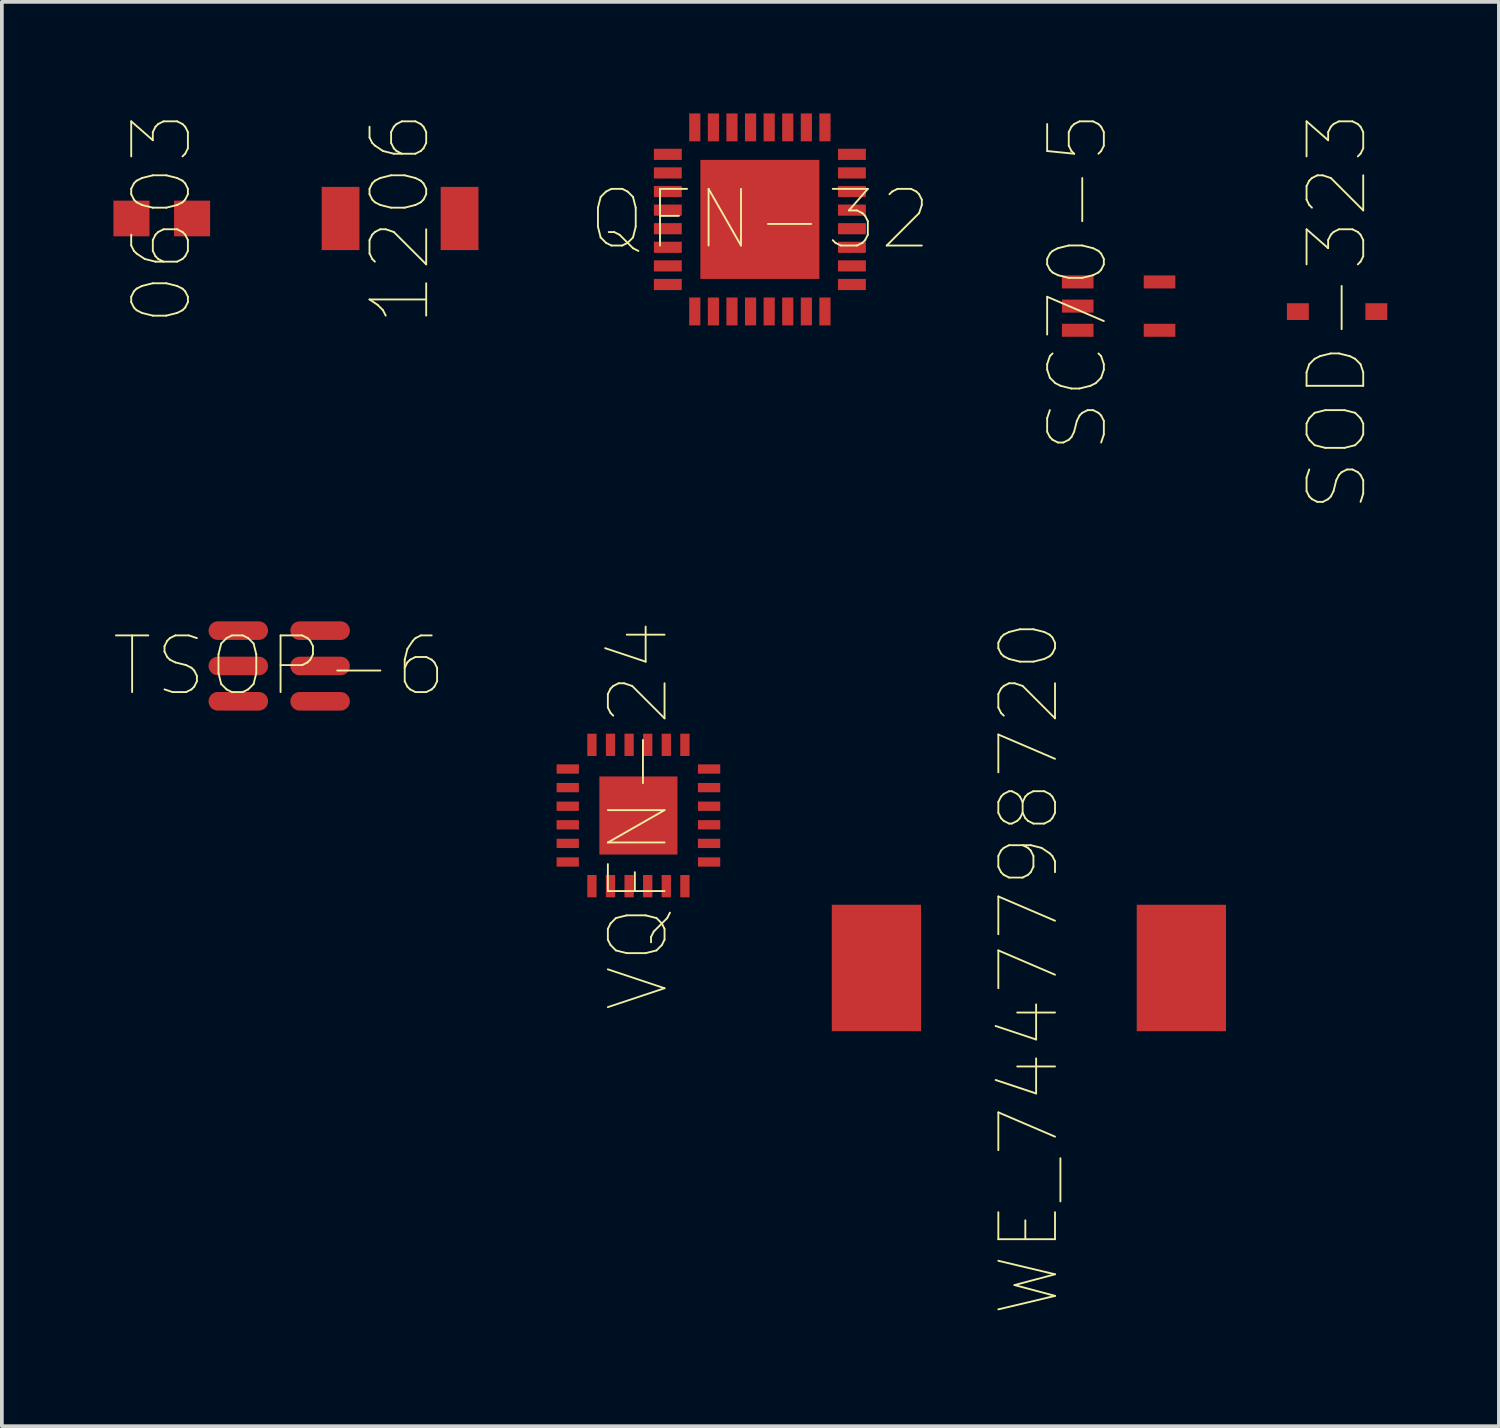
<source format=kicad_pcb>
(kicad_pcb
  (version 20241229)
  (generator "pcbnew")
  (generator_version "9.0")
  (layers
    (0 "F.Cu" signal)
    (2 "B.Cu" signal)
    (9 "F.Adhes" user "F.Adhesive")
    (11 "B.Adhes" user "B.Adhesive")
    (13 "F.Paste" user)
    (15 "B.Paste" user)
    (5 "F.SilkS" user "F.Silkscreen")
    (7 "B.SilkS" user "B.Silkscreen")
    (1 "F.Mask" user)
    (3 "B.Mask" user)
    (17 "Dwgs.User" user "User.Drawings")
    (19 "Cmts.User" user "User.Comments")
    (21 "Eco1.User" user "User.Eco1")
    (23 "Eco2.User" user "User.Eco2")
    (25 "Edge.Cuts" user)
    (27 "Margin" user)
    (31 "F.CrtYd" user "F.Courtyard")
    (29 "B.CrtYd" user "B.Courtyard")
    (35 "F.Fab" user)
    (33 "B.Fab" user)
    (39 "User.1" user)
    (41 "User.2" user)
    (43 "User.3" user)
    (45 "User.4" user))
  (footprint "QFN-32"
    (layer "F.Cu")
    (at 17.383 2.85)
    (property "Reference" "QFN-32" (at 0 0 0) (layer "F.SilkS") (effects (font (size 1.524 1.524) (thickness 0.05))))
    (attr smd)
    (pad "1" smd rect (at -2.475 -1.75 90) (size 0.3 0.75) (layers "F.Cu" "F.Mask" "F.Paste"))
    (pad "2" smd rect (at -2.475 -1.25 90) (size 0.3 0.75) (layers "F.Cu" "F.Mask" "F.Paste"))
    (pad "3" smd rect (at -2.475 -0.75 90) (size 0.3 0.75) (layers "F.Cu" "F.Mask" "F.Paste"))
    (pad "4" smd rect (at -2.475 -0.25 90) (size 0.3 0.75) (layers "F.Cu" "F.Mask" "F.Paste"))
    (pad "5" smd rect (at -2.475 0.25 90) (size 0.3 0.75) (layers "F.Cu" "F.Mask" "F.Paste"))
    (pad "6" smd rect (at -2.475 0.75 90) (size 0.3 0.75) (layers "F.Cu" "F.Mask" "F.Paste"))
    (pad "7" smd rect (at -2.475 1.25 90) (size 0.3 0.75) (layers "F.Cu" "F.Mask" "F.Paste"))
    (pad "8" smd rect (at -2.475 1.75 90) (size 0.3 0.75) (layers "F.Cu" "F.Mask" "F.Paste"))
    (pad "9" smd rect (at -1.75 2.475) (size 0.3 0.75) (layers "F.Cu" "F.Mask" "F.Paste"))
    (pad "10" smd rect (at -1.25 2.475) (size 0.3 0.75) (layers "F.Cu" "F.Mask" "F.Paste"))
    (pad "11" smd rect (at -0.75 2.475) (size 0.3 0.75) (layers "F.Cu" "F.Mask" "F.Paste"))
    (pad "12" smd rect (at -0.25 2.475) (size 0.3 0.75) (layers "F.Cu" "F.Mask" "F.Paste"))
    (pad "13" smd rect (at 0.25 2.475) (size 0.3 0.75) (layers "F.Cu" "F.Mask" "F.Paste"))
    (pad "14" smd rect (at 0.75 2.475) (size 0.3 0.75) (layers "F.Cu" "F.Mask" "F.Paste"))
    (pad "15" smd rect (at 1.25 2.475) (size 0.3 0.75) (layers "F.Cu" "F.Mask" "F.Paste"))
    (pad "16" smd rect (at 1.75 2.475) (size 0.3 0.75) (layers "F.Cu" "F.Mask" "F.Paste"))
    (pad "17" smd rect (at 2.475 1.75 90) (size 0.3 0.75) (layers "F.Cu" "F.Mask" "F.Paste"))
    (pad "18" smd rect (at 2.475 1.25 90) (size 0.3 0.75) (layers "F.Cu" "F.Mask" "F.Paste"))
    (pad "19" smd rect (at 2.475 0.75 90) (size 0.3 0.75) (layers "F.Cu" "F.Mask" "F.Paste"))
    (pad "20" smd rect (at 2.475 0.25 90) (size 0.3 0.75) (layers "F.Cu" "F.Mask" "F.Paste"))
    (pad "21" smd rect (at 2.475 -0.25 90) (size 0.3 0.75) (layers "F.Cu" "F.Mask" "F.Paste"))
    (pad "22" smd rect (at 2.475 -0.75 90) (size 0.3 0.75) (layers "F.Cu" "F.Mask" "F.Paste"))
    (pad "23" smd rect (at 2.475 -1.25 90) (size 0.3 0.75) (layers "F.Cu" "F.Mask" "F.Paste"))
    (pad "24" smd rect (at 2.475 -1.75 90) (size 0.3 0.75) (layers "F.Cu" "F.Mask" "F.Paste"))
    (pad "25" smd rect (at 1.75 -2.475) (size 0.3 0.75) (layers "F.Cu" "F.Mask" "F.Paste"))
    (pad "26" smd rect (at 1.25 -2.475) (size 0.3 0.75) (layers "F.Cu" "F.Mask" "F.Paste"))
    (pad "27" smd rect (at 0.75 -2.475) (size 0.3 0.75) (layers "F.Cu" "F.Mask" "F.Paste"))
    (pad "28" smd rect (at 0.25 -2.475) (size 0.3 0.75) (layers "F.Cu" "F.Mask" "F.Paste"))
    (pad "29" smd rect (at -0.25 -2.475) (size 0.3 0.75) (layers "F.Cu" "F.Mask" "F.Paste"))
    (pad "30" smd rect (at -0.75 -2.475) (size 0.3 0.75) (layers "F.Cu" "F.Mask" "F.Paste"))
    (pad "31" smd rect (at -1.25 -2.475) (size 0.3 0.75) (layers "F.Cu" "F.Mask" "F.Paste"))
    (pad "32" smd rect (at -1.75 -2.475) (size 0.3 0.75) (layers "F.Cu" "F.Mask" "F.Paste"))
    (pad "33" smd rect (at 0 0) (size 3.2 3.2) (layers "F.Cu" "F.Mask" "F.Paste")))
  (footprint "SOD-323"
    (layer "F.Cu")
    (at 32.905 5.329)
    (property "Reference" "SOD-323" (at 0 0 270) (layer "F.SilkS") (effects (font (size 1.524 1.524) (thickness 0.05))))
    (attr smd)
    (pad "A" smd rect (at 1.055 0 90) (size 0.45 0.59) (layers "F.Cu" "F.Mask" "F.Paste"))
    (pad "C" smd rect (at -1.055 0 90) (size 0.45 0.59) (layers "F.Cu" "F.Mask" "F.Paste")))
  (footprint "TSOP-6"
    (layer "F.Cu")
    (at 4.458 14.858)
    (property "Reference" "TSOP-6" (at 0 0 180) (layer "F.SilkS") (effects (font (size 1.524 1.524) (thickness 0.05))))
    (attr smd)
    (pad "1" smd oval (at -1.1 -0.95 90) (size 0.5 1.6) (layers "F.Cu" "F.Mask" "F.Paste"))
    (pad "2" smd oval (at -1.1 0 90) (size 0.5 1.6) (layers "F.Cu" "F.Mask" "F.Paste"))
    (pad "3" smd oval (at -1.1 0.95 90) (size 0.5 1.6) (layers "F.Cu" "F.Mask" "F.Paste"))
    (pad "4" smd oval (at 1.1 0.95 90) (size 0.5 1.6) (layers "F.Cu" "F.Mask" "F.Paste"))
    (pad "5" smd oval (at 1.1 0 90) (size 0.5 1.6) (layers "F.Cu" "F.Mask" "F.Paste"))
    (pad "6" smd oval (at 1.1 -0.95 90) (size 0.5 1.6) (layers "F.Cu" "F.Mask" "F.Paste")))
  (footprint "VQFN-24"
    (layer "F.Cu")
    (at 14.117 18.879)
    (property "Reference" "VQFN-24" (at 0 0 270) (layer "F.SilkS") (effects (font (size 1.524 1.524) (thickness 0.05))))
    (attr smd)
    (pad "0" smd rect (at 0 -0.00001) (size 2.1 2.1) (layers "F.Cu" "F.Mask" "F.Paste"))
    (pad "1" smd rect (at -1.9 -1.25 90) (size 0.25 0.6) (layers "F.Cu" "F.Mask" "F.Paste"))
    (pad "2" smd rect (at -1.9 -0.75 90) (size 0.25 0.6) (layers "F.Cu" "F.Mask" "F.Paste"))
    (pad "3" smd rect (at -1.9 -0.25 90) (size 0.25 0.6) (layers "F.Cu" "F.Mask" "F.Paste"))
    (pad "4" smd rect (at -1.9 0.25 90) (size 0.25 0.6) (layers "F.Cu" "F.Mask" "F.Paste"))
    (pad "5" smd rect (at -1.9 0.75 90) (size 0.25 0.6) (layers "F.Cu" "F.Mask" "F.Paste"))
    (pad "6" smd rect (at -1.9 1.25 90) (size 0.25 0.6) (layers "F.Cu" "F.Mask" "F.Paste"))
    (pad "7" smd rect (at -1.25 1.9 180) (size 0.25 0.6) (layers "F.Cu" "F.Mask" "F.Paste"))
    (pad "8" smd rect (at -0.75 1.9 180) (size 0.25 0.6) (layers "F.Cu" "F.Mask" "F.Paste"))
    (pad "9" smd rect (at -0.25 1.9 180) (size 0.25 0.6) (layers "F.Cu" "F.Mask" "F.Paste"))
    (pad "10" smd rect (at 0.25 1.9 180) (size 0.25 0.6) (layers "F.Cu" "F.Mask" "F.Paste"))
    (pad "11" smd rect (at 0.75 1.9 180) (size 0.25 0.6) (layers "F.Cu" "F.Mask" "F.Paste"))
    (pad "12" smd rect (at 1.25 1.9 180) (size 0.25 0.6) (layers "F.Cu" "F.Mask" "F.Paste"))
    (pad "13" smd rect (at 1.9 1.25 270) (size 0.25 0.6) (layers "F.Cu" "F.Mask" "F.Paste"))
    (pad "14" smd rect (at 1.9 0.75 270) (size 0.25 0.6) (layers "F.Cu" "F.Mask" "F.Paste"))
    (pad "15" smd rect (at 1.9 0.25 270) (size 0.25 0.6) (layers "F.Cu" "F.Mask" "F.Paste"))
    (pad "16" smd rect (at 1.9 -0.25 270) (size 0.25 0.6) (layers "F.Cu" "F.Mask" "F.Paste"))
    (pad "17" smd rect (at 1.9 -0.75 270) (size 0.25 0.6) (layers "F.Cu" "F.Mask" "F.Paste"))
    (pad "18" smd rect (at 1.9 -1.25 270) (size 0.25 0.6) (layers "F.Cu" "F.Mask" "F.Paste"))
    (pad "19" smd rect (at 1.25 -1.9) (size 0.25 0.6) (layers "F.Cu" "F.Mask" "F.Paste"))
    (pad "20" smd rect (at 0.75 -1.9) (size 0.25 0.6) (layers "F.Cu" "F.Mask" "F.Paste"))
    (pad "21" smd rect (at 0.25 -1.9) (size 0.25 0.6) (layers "F.Cu" "F.Mask" "F.Paste"))
    (pad "22" smd rect (at -0.25 -1.9) (size 0.25 0.6) (layers "F.Cu" "F.Mask" "F.Paste"))
    (pad "23" smd rect (at -0.75 -1.9) (size 0.25 0.6) (layers "F.Cu" "F.Mask" "F.Paste"))
    (pad "24" smd rect (at -1.25 -1.9) (size 0.25 0.6) (layers "F.Cu" "F.Mask" "F.Paste")))
  (footprint "0603"
    (layer "F.Cu")
    (at 1.3 2.825)
    (property "Reference" "0603" (at 0 0 270) (layer "F.SilkS") (effects (font (size 1.524 1.524) (thickness 0.05))))
    (attr smd)
    (pad "1" smd rect (at -0.815 0 90) (size 0.96 0.97) (layers "F.Cu" "F.Mask" "F.Paste"))
    (pad "2" smd rect (at 0.815 0 90) (size 0.96 0.97) (layers "F.Cu" "F.Mask" "F.Paste")))
  (footprint "SC70-5"
    (layer "F.Cu")
    (at 27.03 5.181)
    (property "Reference" "SC70-5" (at -1.1 -0.65 270) (layer "F.SilkS") (effects (font (size 1.524 1.524) (thickness 0.05))))
    (attr smd)
    (pad "1" smd rect (at -1.1 -0.65 90) (size 0.35 0.85) (layers "F.Cu" "F.Mask" "F.Paste"))
    (pad "2" smd rect (at -1.1 0 90) (size 0.35 0.85) (layers "F.Cu" "F.Mask" "F.Paste"))
    (pad "3" smd rect (at -1.1 0.65 90) (size 0.35 0.85) (layers "F.Cu" "F.Mask" "F.Paste"))
    (pad "4" smd rect (at 1.1 0.65 90) (size 0.35 0.85) (layers "F.Cu" "F.Mask" "F.Paste"))
    (pad "5" smd rect (at 1.1 -0.65 90) (size 0.35 0.85) (layers "F.Cu" "F.Mask" "F.Paste")))
  (footprint "1206"
    (layer "F.Cu")
    (at 7.708 2.825)
    (property "Reference" "1206" (at 0 0 270) (layer "F.SilkS") (effects (font (size 1.524 1.524) (thickness 0.05))))
    (attr smd)
    (pad "1" smd rect (at -1.6 0) (size 1.016 1.7) (layers "F.Cu" "F.Mask" "F.Paste"))
    (pad "2" smd rect (at 1.6 0) (size 1.016 1.7) (layers "F.Cu" "F.Mask" "F.Paste")))
  (footprint "WE_7447798720"
    (layer "F.Cu")
    (at 24.617 22.979)
    (property "Reference" "WE_7447798720" (at 0 0 90) (layer "F.SilkS") (effects (font (size 1.524 1.524) (thickness 0.05))))
    (attr smd)
    (pad "1" smd rect (at -4.1 0 90) (size 3.4 2.4) (layers "F.Cu" "F.Mask" "F.Paste"))
    (pad "2" smd rect (at 4.1 0 90) (size 3.4 2.4) (layers "F.Cu" "F.Mask" "F.Paste")))
  (gr_rect
    (start -3 -3)
    (end 37.255 35.3)
    (stroke (width 0.1) (type default))
    (fill no)
    (layer "Edge.Cuts")))
</source>
